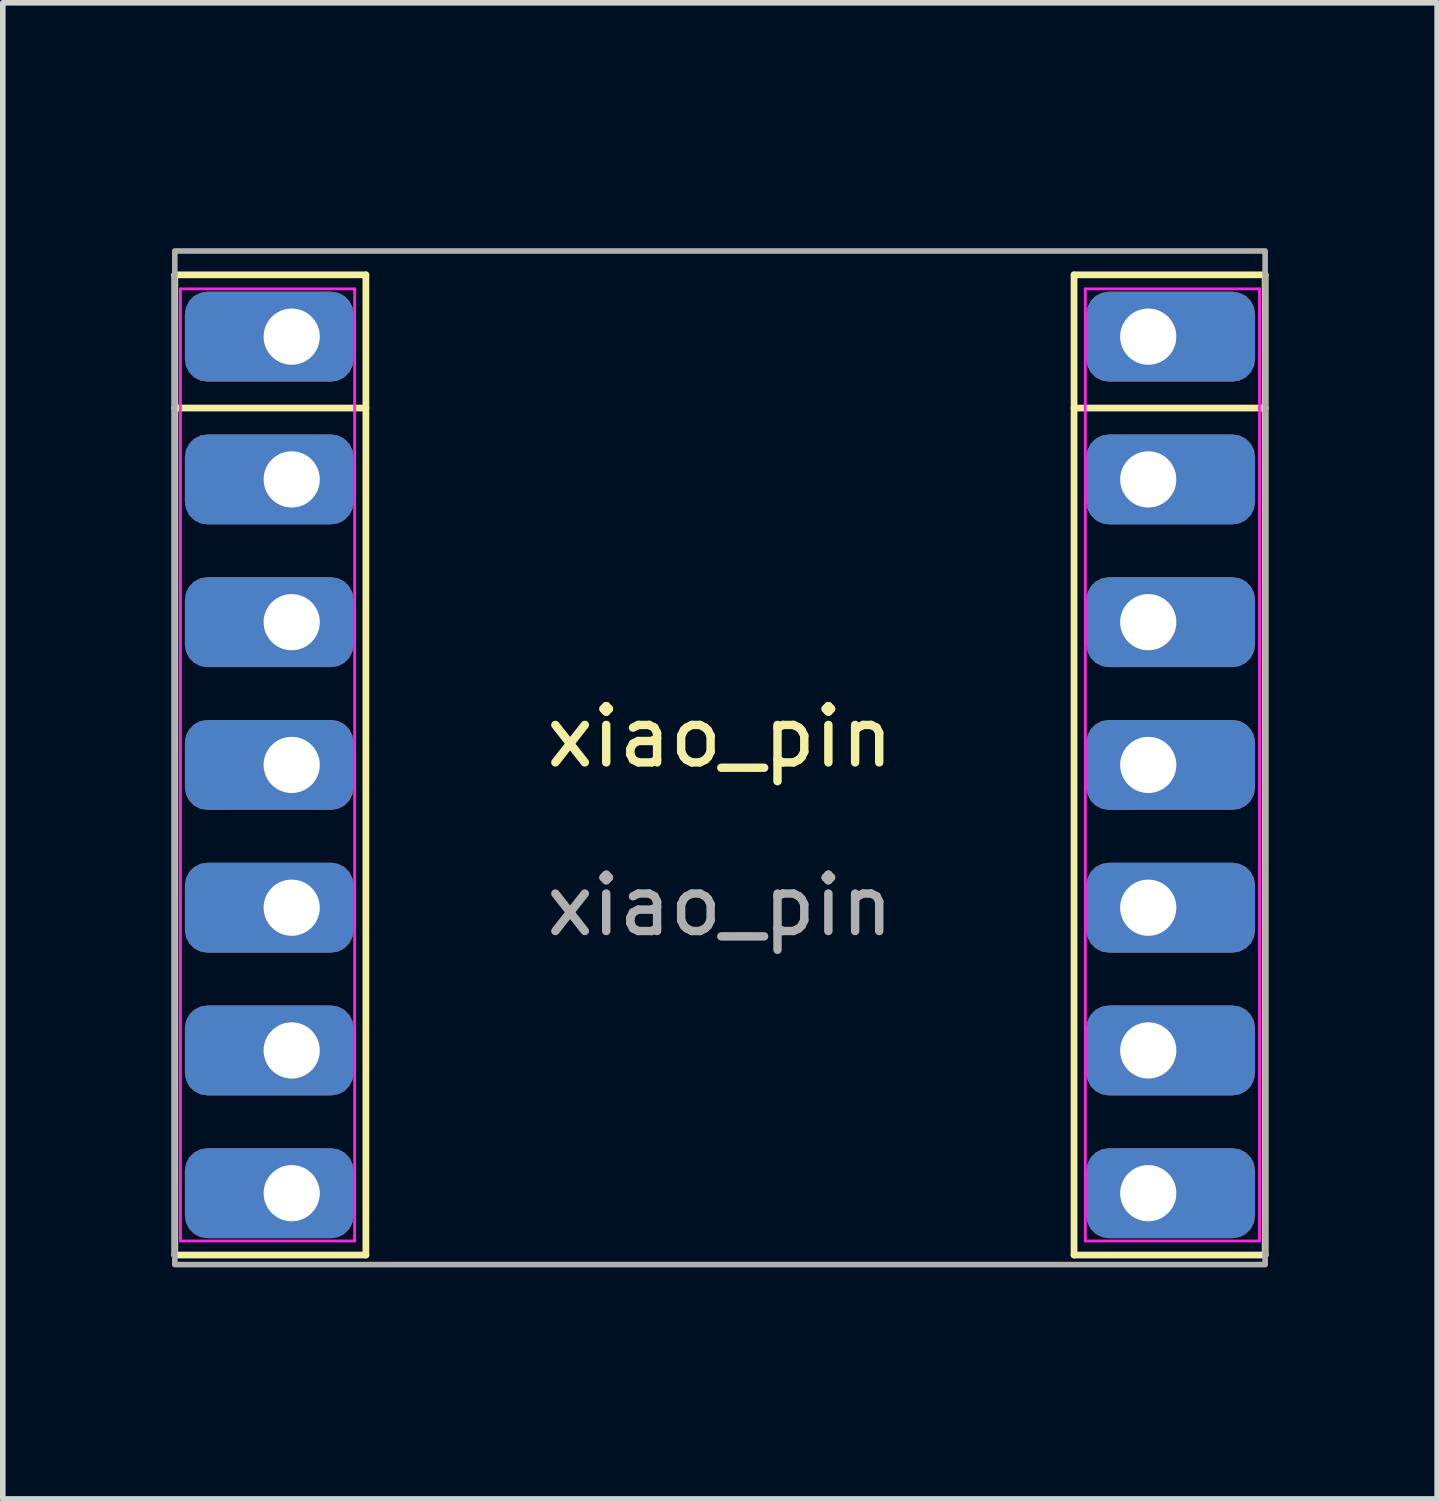
<source format=kicad_pcb>
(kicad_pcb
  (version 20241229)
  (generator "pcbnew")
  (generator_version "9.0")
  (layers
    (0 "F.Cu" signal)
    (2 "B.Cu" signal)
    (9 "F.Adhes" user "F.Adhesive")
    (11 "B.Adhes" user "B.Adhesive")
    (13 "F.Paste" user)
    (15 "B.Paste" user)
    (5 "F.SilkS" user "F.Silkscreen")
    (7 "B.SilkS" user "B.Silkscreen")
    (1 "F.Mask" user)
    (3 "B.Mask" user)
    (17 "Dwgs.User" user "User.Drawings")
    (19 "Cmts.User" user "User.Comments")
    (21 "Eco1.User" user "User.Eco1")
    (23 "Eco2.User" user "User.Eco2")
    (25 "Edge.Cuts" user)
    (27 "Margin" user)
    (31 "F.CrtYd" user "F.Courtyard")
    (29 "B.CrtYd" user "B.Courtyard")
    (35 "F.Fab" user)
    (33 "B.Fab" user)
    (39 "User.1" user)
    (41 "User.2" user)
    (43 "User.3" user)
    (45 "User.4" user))
  (footprint "xiao_pin"
    (layer "F.Cu")
    (at 9.76 10.56)
    (property "Reference" "xiao_pin" (at 0 -0.5 0) (unlocked yes) (layer "F.SilkS") (effects (font (size 1 1) (thickness 0.15))))
    (attr smd)
    (fp_line (start -9.7 -8.72) (end -6.3 -8.72) (stroke (width 0.12) (type solid)) (layer "F.SilkS"))
    (fp_line (start -9.7 8.72) (end -9.7 -8.72) (stroke (width 0.12) (type solid)) (layer "F.SilkS"))
    (fp_line (start -6.3 -6.35) (end -9.7 -6.35) (stroke (width 0.12) (type solid)) (layer "F.SilkS"))
    (fp_line (start -6.3 8.72) (end -9.7 8.72) (stroke (width 0.12) (type solid)) (layer "F.SilkS"))
    (fp_line (start -6.3 8.72) (end -6.3 -8.72) (stroke (width 0.12) (type solid)) (layer "F.SilkS"))
    (fp_line (start 6.3 -6.35) (end 9.7 -6.35) (stroke (width 0.12) (type solid)) (layer "F.SilkS"))
    (fp_line (start 6.3 8.72) (end 6.3 -8.72) (stroke (width 0.12) (type solid)) (layer "F.SilkS"))
    (fp_line (start 6.3 8.72) (end 9.7 8.72) (stroke (width 0.12) (type solid)) (layer "F.SilkS"))
    (fp_line (start 9.7 -8.72) (end 6.3 -8.72) (stroke (width 0.12) (type solid)) (layer "F.SilkS"))
    (fp_line (start 9.7 8.72) (end 9.7 -8.72) (stroke (width 0.12) (type solid)) (layer "F.SilkS"))
    (fp_line (start -9.6 -8.47) (end -6.5 -8.47) (stroke (width 0.05) (type solid)) (layer "F.CrtYd"))
    (fp_line (start -9.6 8.47) (end -9.6 -8.47) (stroke (width 0.05) (type solid)) (layer "F.CrtYd"))
    (fp_line (start -6.5 -8.47) (end -6.5 8.47) (stroke (width 0.05) (type solid)) (layer "F.CrtYd"))
    (fp_line (start -6.5 8.47) (end -9.6 8.47) (stroke (width 0.05) (type solid)) (layer "F.CrtYd"))
    (fp_line (start 6.5 -8.47) (end 6.5 8.47) (stroke (width 0.05) (type solid)) (layer "F.CrtYd"))
    (fp_line (start 6.5 8.47) (end 9.6 8.47) (stroke (width 0.05) (type solid)) (layer "F.CrtYd"))
    (fp_line (start 9.6 -8.47) (end 6.5 -8.47) (stroke (width 0.05) (type solid)) (layer "F.CrtYd"))
    (fp_line (start 9.6 8.47) (end 9.6 -8.47) (stroke (width 0.05) (type solid)) (layer "F.CrtYd"))
    (fp_rect (start -9.7 -9.144) (end 9.7 8.89) (stroke (width 0.1) (type solid)) (fill no) (layer "F.Fab"))
    (fp_rect (start -8.9 -10.5) (end 8.9 10) (stroke (width 0.12) (type solid)) (fill no) (layer "User.3"))
    (fp_text user "${REFERENCE}" (at 0 2.5 0) (unlocked yes) (layer "F.Fab") (effects (font (size 1 1) (thickness 0.15))))
    (pad "1" thru_hole roundrect (at -7.62 -7.62 270) (size 1.6 3) (drill 1 (offset 0 0.4)) (layers "*.Cu" "*.Mask") (roundrect_rratio 0.25))
    (pad "2" thru_hole roundrect (at -7.62 -5.08 270) (size 1.6 3) (drill 1 (offset 0 0.4)) (layers "*.Cu" "*.Mask") (roundrect_rratio 0.25))
    (pad "3" thru_hole roundrect (at -7.62 -2.54 270) (size 1.6 3) (drill 1 (offset 0 0.4)) (layers "*.Cu" "*.Mask") (roundrect_rratio 0.25))
    (pad "4" thru_hole roundrect (at -7.62 0 270) (size 1.6 3) (drill 1 (offset 0 0.4)) (layers "*.Cu" "*.Mask") (roundrect_rratio 0.25))
    (pad "5" thru_hole roundrect (at -7.62 2.54 270) (size 1.6 3) (drill 1 (offset 0 0.4)) (layers "*.Cu" "*.Mask") (roundrect_rratio 0.25))
    (pad "6" thru_hole roundrect (at -7.62 5.08 270) (size 1.6 3) (drill 1 (offset 0 0.4)) (layers "*.Cu" "*.Mask") (roundrect_rratio 0.25))
    (pad "7" thru_hole roundrect (at -7.62 7.62 270) (size 1.6 3) (drill 1 (offset 0 0.4)) (layers "*.Cu" "*.Mask") (roundrect_rratio 0.25))
    (pad "8" thru_hole roundrect (at 7.62 7.62 90) (size 1.6 3) (drill 1 (offset 0 0.4)) (layers "*.Cu" "*.Mask") (roundrect_rratio 0.25))
    (pad "9" thru_hole roundrect (at 7.62 5.08 90) (size 1.6 3) (drill 1 (offset 0 0.4)) (layers "*.Cu" "*.Mask") (roundrect_rratio 0.25))
    (pad "10" thru_hole roundrect (at 7.62 2.54 90) (size 1.6 3) (drill 1 (offset 0 0.4)) (layers "*.Cu" "*.Mask") (roundrect_rratio 0.25))
    (pad "11" thru_hole roundrect (at 7.62 0 90) (size 1.6 3) (drill 1 (offset 0 0.4)) (layers "*.Cu" "*.Mask") (roundrect_rratio 0.25))
    (pad "12" thru_hole roundrect (at 7.62 -2.54 90) (size 1.6 3) (drill 1 (offset 0 0.4)) (layers "*.Cu" "*.Mask") (roundrect_rratio 0.25))
    (pad "13" thru_hole roundrect (at 7.62 -5.08 90) (size 1.6 3) (drill 1 (offset 0 0.4)) (layers "*.Cu" "*.Mask") (roundrect_rratio 0.25))
    (pad "14" thru_hole roundrect (at 7.62 -7.62 90) (size 1.6 3) (drill 1 (offset 0 0.4)) (layers "*.Cu" "*.Mask") (roundrect_rratio 0.25)))
  (gr_rect
    (start -3 -3)
    (end 22.52 23.62)
    (stroke (width 0.1) (type default))
    (fill no)
    (layer "Edge.Cuts")))
</source>
